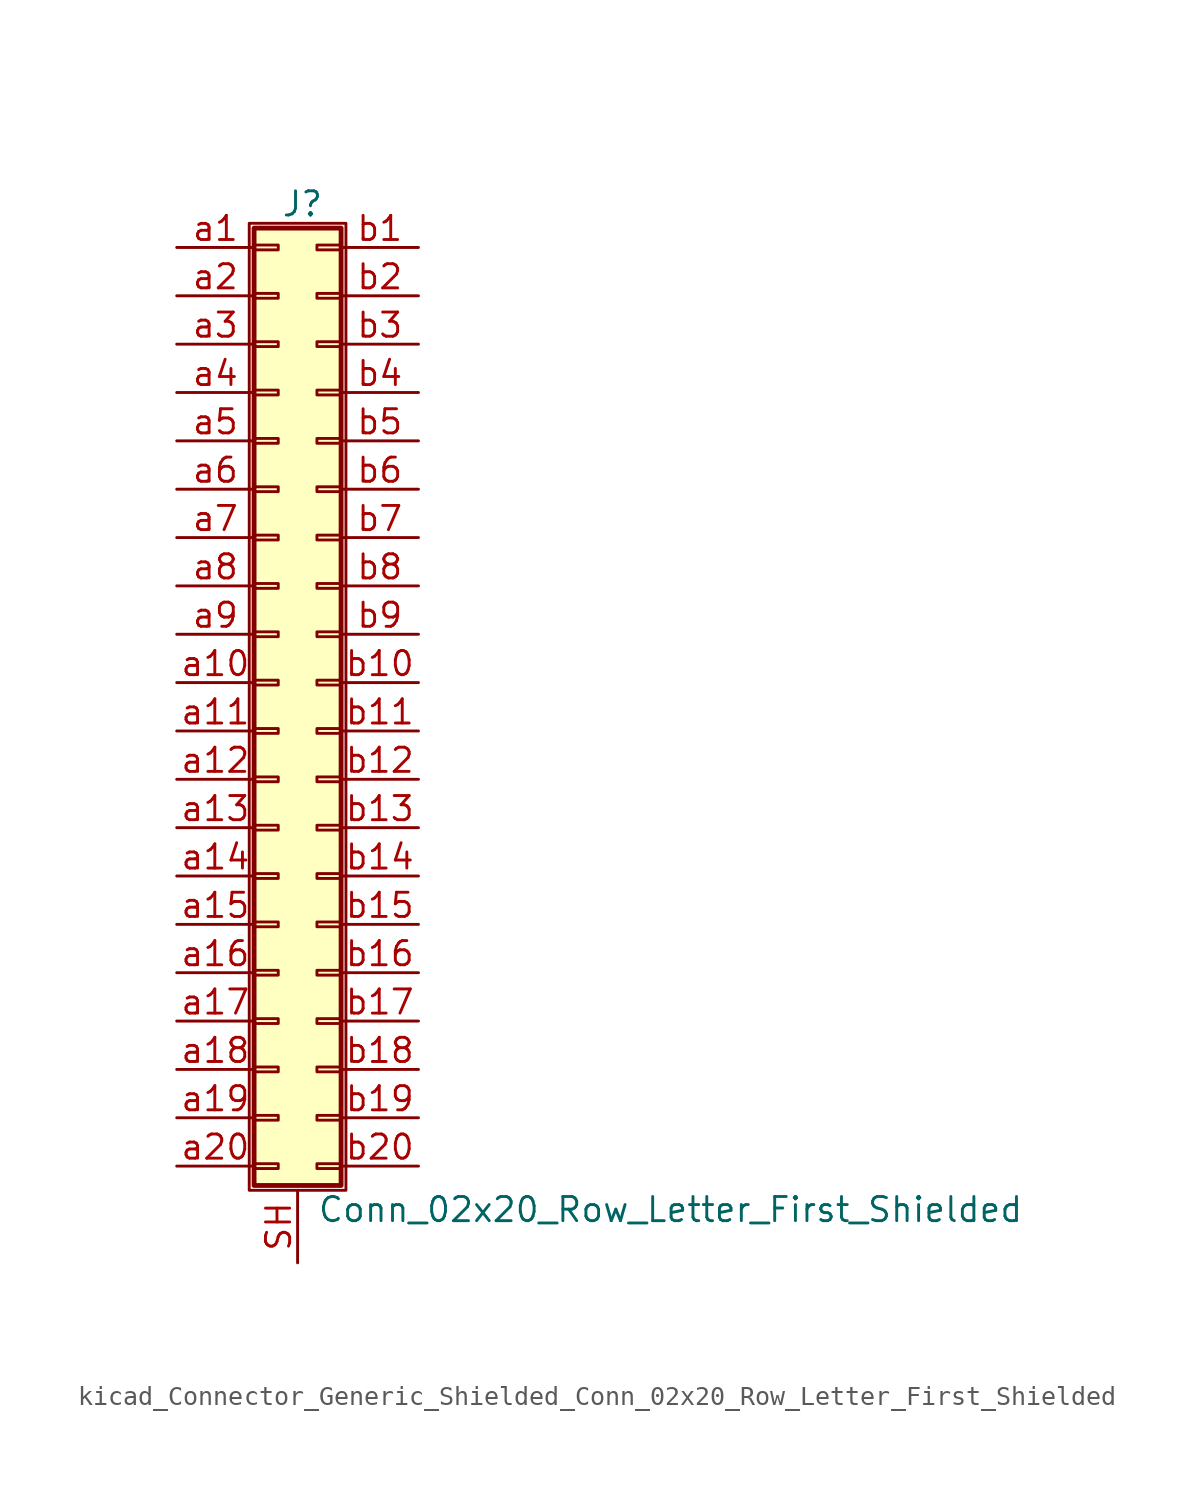
<source format=kicad_sym>
(kicad_symbol_lib
  (version 20220914)
  (generator kicad_symbol_editor)
  (symbol "kicad_Connector_Generic_Shielded_Conn_02x20_Row_Letter_First_Shielded"
    (pin_names
      (offset 1.016) hide)
    (property "Reference" "J"
      (at 1.524 25.146 0)
      (effects (font (size 1.27 1.27))))
    (property "Value" "Conn_02x20_Row_Letter_First_Shielded"
      (at 2.286 -27.686 0)
      (effects (font (size 1.27 1.27)) (justify left)))
    (symbol "kicad_Connector_Generic_Shielded_Conn_02x20_Row_Letter_First_Shielded_1_1"
      (rectangle (start -1.27 24.13) (end 3.81 -26.67) (stroke (width 0.152) (type default)) (fill (type none)))
      (rectangle (start -1.016 -25.273) (end 0.254 -25.527) (stroke (width 0.152) (type default)) (fill (type none)))
      (rectangle (start -1.016 -22.733) (end 0.254 -22.987) (stroke (width 0.152) (type default)) (fill (type none)))
      (rectangle (start -1.016 -20.193) (end 0.254 -20.447) (stroke (width 0.152) (type default)) (fill (type none)))
      (rectangle (start -1.016 -17.653) (end 0.254 -17.907) (stroke (width 0.152) (type default)) (fill (type none)))
      (rectangle (start -1.016 -15.113) (end 0.254 -15.367) (stroke (width 0.152) (type default)) (fill (type none)))
      (rectangle (start -1.016 -12.573) (end 0.254 -12.827) (stroke (width 0.152) (type default)) (fill (type none)))
      (rectangle (start -1.016 -10.033) (end 0.254 -10.287) (stroke (width 0.152) (type default)) (fill (type none)))
      (rectangle (start -1.016 -7.493) (end 0.254 -7.747) (stroke (width 0.152) (type default)) (fill (type none)))
      (rectangle (start -1.016 -4.953) (end 0.254 -5.207) (stroke (width 0.152) (type default)) (fill (type none)))
      (rectangle (start -1.016 -2.413) (end 0.254 -2.667) (stroke (width 0.152) (type default)) (fill (type none)))
      (rectangle (start -1.016 0.127) (end 0.254 -0.127) (stroke (width 0.152) (type default)) (fill (type none)))
      (rectangle (start -1.016 2.667) (end 0.254 2.413) (stroke (width 0.152) (type default)) (fill (type none)))
      (rectangle (start -1.016 5.207) (end 0.254 4.953) (stroke (width 0.152) (type default)) (fill (type none)))
      (rectangle (start -1.016 7.747) (end 0.254 7.493) (stroke (width 0.152) (type default)) (fill (type none)))
      (rectangle (start -1.016 10.287) (end 0.254 10.033) (stroke (width 0.152) (type default)) (fill (type none)))
      (rectangle (start -1.016 12.827) (end 0.254 12.573) (stroke (width 0.152) (type default)) (fill (type none)))
      (rectangle (start -1.016 15.367) (end 0.254 15.113) (stroke (width 0.152) (type default)) (fill (type none)))
      (rectangle (start -1.016 17.907) (end 0.254 17.653) (stroke (width 0.152) (type default)) (fill (type none)))
      (rectangle (start -1.016 20.447) (end 0.254 20.193) (stroke (width 0.152) (type default)) (fill (type none)))
      (rectangle (start -1.016 22.987) (end 0.254 22.733) (stroke (width 0.152) (type default)) (fill (type none)))
      (rectangle (start -1.016 23.876) (end 3.556 -26.416) (stroke (width 0.254) (type default)) (fill (type background)))
      (rectangle (start 3.556 -25.273) (end 2.286 -25.527) (stroke (width 0.152) (type default)) (fill (type none)))
      (rectangle (start 3.556 -22.733) (end 2.286 -22.987) (stroke (width 0.152) (type default)) (fill (type none)))
      (rectangle (start 3.556 -20.193) (end 2.286 -20.447) (stroke (width 0.152) (type default)) (fill (type none)))
      (rectangle (start 3.556 -17.653) (end 2.286 -17.907) (stroke (width 0.152) (type default)) (fill (type none)))
      (rectangle (start 3.556 -15.113) (end 2.286 -15.367) (stroke (width 0.152) (type default)) (fill (type none)))
      (rectangle (start 3.556 -12.573) (end 2.286 -12.827) (stroke (width 0.152) (type default)) (fill (type none)))
      (rectangle (start 3.556 -10.033) (end 2.286 -10.287) (stroke (width 0.152) (type default)) (fill (type none)))
      (rectangle (start 3.556 -7.493) (end 2.286 -7.747) (stroke (width 0.152) (type default)) (fill (type none)))
      (rectangle (start 3.556 -4.953) (end 2.286 -5.207) (stroke (width 0.152) (type default)) (fill (type none)))
      (rectangle (start 3.556 -2.413) (end 2.286 -2.667) (stroke (width 0.152) (type default)) (fill (type none)))
      (rectangle (start 3.556 0.127) (end 2.286 -0.127) (stroke (width 0.152) (type default)) (fill (type none)))
      (rectangle (start 3.556 2.667) (end 2.286 2.413) (stroke (width 0.152) (type default)) (fill (type none)))
      (rectangle (start 3.556 5.207) (end 2.286 4.953) (stroke (width 0.152) (type default)) (fill (type none)))
      (rectangle (start 3.556 7.747) (end 2.286 7.493) (stroke (width 0.152) (type default)) (fill (type none)))
      (rectangle (start 3.556 10.287) (end 2.286 10.033) (stroke (width 0.152) (type default)) (fill (type none)))
      (rectangle (start 3.556 12.827) (end 2.286 12.573) (stroke (width 0.152) (type default)) (fill (type none)))
      (rectangle (start 3.556 15.367) (end 2.286 15.113) (stroke (width 0.152) (type default)) (fill (type none)))
      (rectangle (start 3.556 17.907) (end 2.286 17.653) (stroke (width 0.152) (type default)) (fill (type none)))
      (rectangle (start 3.556 20.447) (end 2.286 20.193) (stroke (width 0.152) (type default)) (fill (type none)))
      (rectangle (start 3.556 22.987) (end 2.286 22.733) (stroke (width 0.152) (type default)) (fill (type none)))
      (pin passive line (at 1.27 -30.48 90) (length 3.81) (name "Shield" (effects (font (size 1.27 1.27)))) (number "SH" (effects (font (size 1.27 1.27)))))
      (pin passive line (at -5.08 22.86 0) (length 4.064) (name "Pin_a1" (effects (font (size 1.27 1.27)))) (number "a1" (effects (font (size 1.27 1.27)))))
      (pin passive line (at -5.08 0 0) (length 4.064) (name "Pin_a10" (effects (font (size 1.27 1.27)))) (number "a10" (effects (font (size 1.27 1.27)))))
      (pin passive line (at -5.08 -2.54 0) (length 4.064) (name "Pin_a11" (effects (font (size 1.27 1.27)))) (number "a11" (effects (font (size 1.27 1.27)))))
      (pin passive line (at -5.08 -5.08 0) (length 4.064) (name "Pin_a12" (effects (font (size 1.27 1.27)))) (number "a12" (effects (font (size 1.27 1.27)))))
      (pin passive line (at -5.08 -7.62 0) (length 4.064) (name "Pin_a13" (effects (font (size 1.27 1.27)))) (number "a13" (effects (font (size 1.27 1.27)))))
      (pin passive line (at -5.08 -10.16 0) (length 4.064) (name "Pin_a14" (effects (font (size 1.27 1.27)))) (number "a14" (effects (font (size 1.27 1.27)))))
      (pin passive line (at -5.08 -12.7 0) (length 4.064) (name "Pin_a15" (effects (font (size 1.27 1.27)))) (number "a15" (effects (font (size 1.27 1.27)))))
      (pin passive line (at -5.08 -15.24 0) (length 4.064) (name "Pin_a16" (effects (font (size 1.27 1.27)))) (number "a16" (effects (font (size 1.27 1.27)))))
      (pin passive line (at -5.08 -17.78 0) (length 4.064) (name "Pin_a17" (effects (font (size 1.27 1.27)))) (number "a17" (effects (font (size 1.27 1.27)))))
      (pin passive line (at -5.08 -20.32 0) (length 4.064) (name "Pin_a18" (effects (font (size 1.27 1.27)))) (number "a18" (effects (font (size 1.27 1.27)))))
      (pin passive line (at -5.08 -22.86 0) (length 4.064) (name "Pin_a19" (effects (font (size 1.27 1.27)))) (number "a19" (effects (font (size 1.27 1.27)))))
      (pin passive line (at -5.08 20.32 0) (length 4.064) (name "Pin_a2" (effects (font (size 1.27 1.27)))) (number "a2" (effects (font (size 1.27 1.27)))))
      (pin passive line (at -5.08 -25.4 0) (length 4.064) (name "Pin_a20" (effects (font (size 1.27 1.27)))) (number "a20" (effects (font (size 1.27 1.27)))))
      (pin passive line (at -5.08 17.78 0) (length 4.064) (name "Pin_a3" (effects (font (size 1.27 1.27)))) (number "a3" (effects (font (size 1.27 1.27)))))
      (pin passive line (at -5.08 15.24 0) (length 4.064) (name "Pin_a4" (effects (font (size 1.27 1.27)))) (number "a4" (effects (font (size 1.27 1.27)))))
      (pin passive line (at -5.08 12.7 0) (length 4.064) (name "Pin_a5" (effects (font (size 1.27 1.27)))) (number "a5" (effects (font (size 1.27 1.27)))))
      (pin passive line (at -5.08 10.16 0) (length 4.064) (name "Pin_a6" (effects (font (size 1.27 1.27)))) (number "a6" (effects (font (size 1.27 1.27)))))
      (pin passive line (at -5.08 7.62 0) (length 4.064) (name "Pin_a7" (effects (font (size 1.27 1.27)))) (number "a7" (effects (font (size 1.27 1.27)))))
      (pin passive line (at -5.08 5.08 0) (length 4.064) (name "Pin_a8" (effects (font (size 1.27 1.27)))) (number "a8" (effects (font (size 1.27 1.27)))))
      (pin passive line (at -5.08 2.54 0) (length 4.064) (name "Pin_a9" (effects (font (size 1.27 1.27)))) (number "a9" (effects (font (size 1.27 1.27)))))
      (pin passive line (at 7.62 22.86 180) (length 4.064) (name "Pin_b1" (effects (font (size 1.27 1.27)))) (number "b1" (effects (font (size 1.27 1.27)))))
      (pin passive line (at 7.62 0 180) (length 4.064) (name "Pin_b10" (effects (font (size 1.27 1.27)))) (number "b10" (effects (font (size 1.27 1.27)))))
      (pin passive line (at 7.62 -2.54 180) (length 4.064) (name "Pin_b11" (effects (font (size 1.27 1.27)))) (number "b11" (effects (font (size 1.27 1.27)))))
      (pin passive line (at 7.62 -5.08 180) (length 4.064) (name "Pin_b12" (effects (font (size 1.27 1.27)))) (number "b12" (effects (font (size 1.27 1.27)))))
      (pin passive line (at 7.62 -7.62 180) (length 4.064) (name "Pin_b13" (effects (font (size 1.27 1.27)))) (number "b13" (effects (font (size 1.27 1.27)))))
      (pin passive line (at 7.62 -10.16 180) (length 4.064) (name "Pin_b14" (effects (font (size 1.27 1.27)))) (number "b14" (effects (font (size 1.27 1.27)))))
      (pin passive line (at 7.62 -12.7 180) (length 4.064) (name "Pin_b15" (effects (font (size 1.27 1.27)))) (number "b15" (effects (font (size 1.27 1.27)))))
      (pin passive line (at 7.62 -15.24 180) (length 4.064) (name "Pin_b16" (effects (font (size 1.27 1.27)))) (number "b16" (effects (font (size 1.27 1.27)))))
      (pin passive line (at 7.62 -17.78 180) (length 4.064) (name "Pin_b17" (effects (font (size 1.27 1.27)))) (number "b17" (effects (font (size 1.27 1.27)))))
      (pin passive line (at 7.62 -20.32 180) (length 4.064) (name "Pin_b18" (effects (font (size 1.27 1.27)))) (number "b18" (effects (font (size 1.27 1.27)))))
      (pin passive line (at 7.62 -22.86 180) (length 4.064) (name "Pin_b19" (effects (font (size 1.27 1.27)))) (number "b19" (effects (font (size 1.27 1.27)))))
      (pin passive line (at 7.62 20.32 180) (length 4.064) (name "Pin_b2" (effects (font (size 1.27 1.27)))) (number "b2" (effects (font (size 1.27 1.27)))))
      (pin passive line (at 7.62 -25.4 180) (length 4.064) (name "Pin_b20" (effects (font (size 1.27 1.27)))) (number "b20" (effects (font (size 1.27 1.27)))))
      (pin passive line (at 7.62 17.78 180) (length 4.064) (name "Pin_b3" (effects (font (size 1.27 1.27)))) (number "b3" (effects (font (size 1.27 1.27)))))
      (pin passive line (at 7.62 15.24 180) (length 4.064) (name "Pin_b4" (effects (font (size 1.27 1.27)))) (number "b4" (effects (font (size 1.27 1.27)))))
      (pin passive line (at 7.62 12.7 180) (length 4.064) (name "Pin_b5" (effects (font (size 1.27 1.27)))) (number "b5" (effects (font (size 1.27 1.27)))))
      (pin passive line (at 7.62 10.16 180) (length 4.064) (name "Pin_b6" (effects (font (size 1.27 1.27)))) (number "b6" (effects (font (size 1.27 1.27)))))
      (pin passive line (at 7.62 7.62 180) (length 4.064) (name "Pin_b7" (effects (font (size 1.27 1.27)))) (number "b7" (effects (font (size 1.27 1.27)))))
      (pin passive line (at 7.62 5.08 180) (length 4.064) (name "Pin_b8" (effects (font (size 1.27 1.27)))) (number "b8" (effects (font (size 1.27 1.27)))))
      (pin passive line (at 7.62 2.54 180) (length 4.064) (name "Pin_b9" (effects (font (size 1.27 1.27)))) (number "b9" (effects (font (size 1.27 1.27))))))))
</source>
